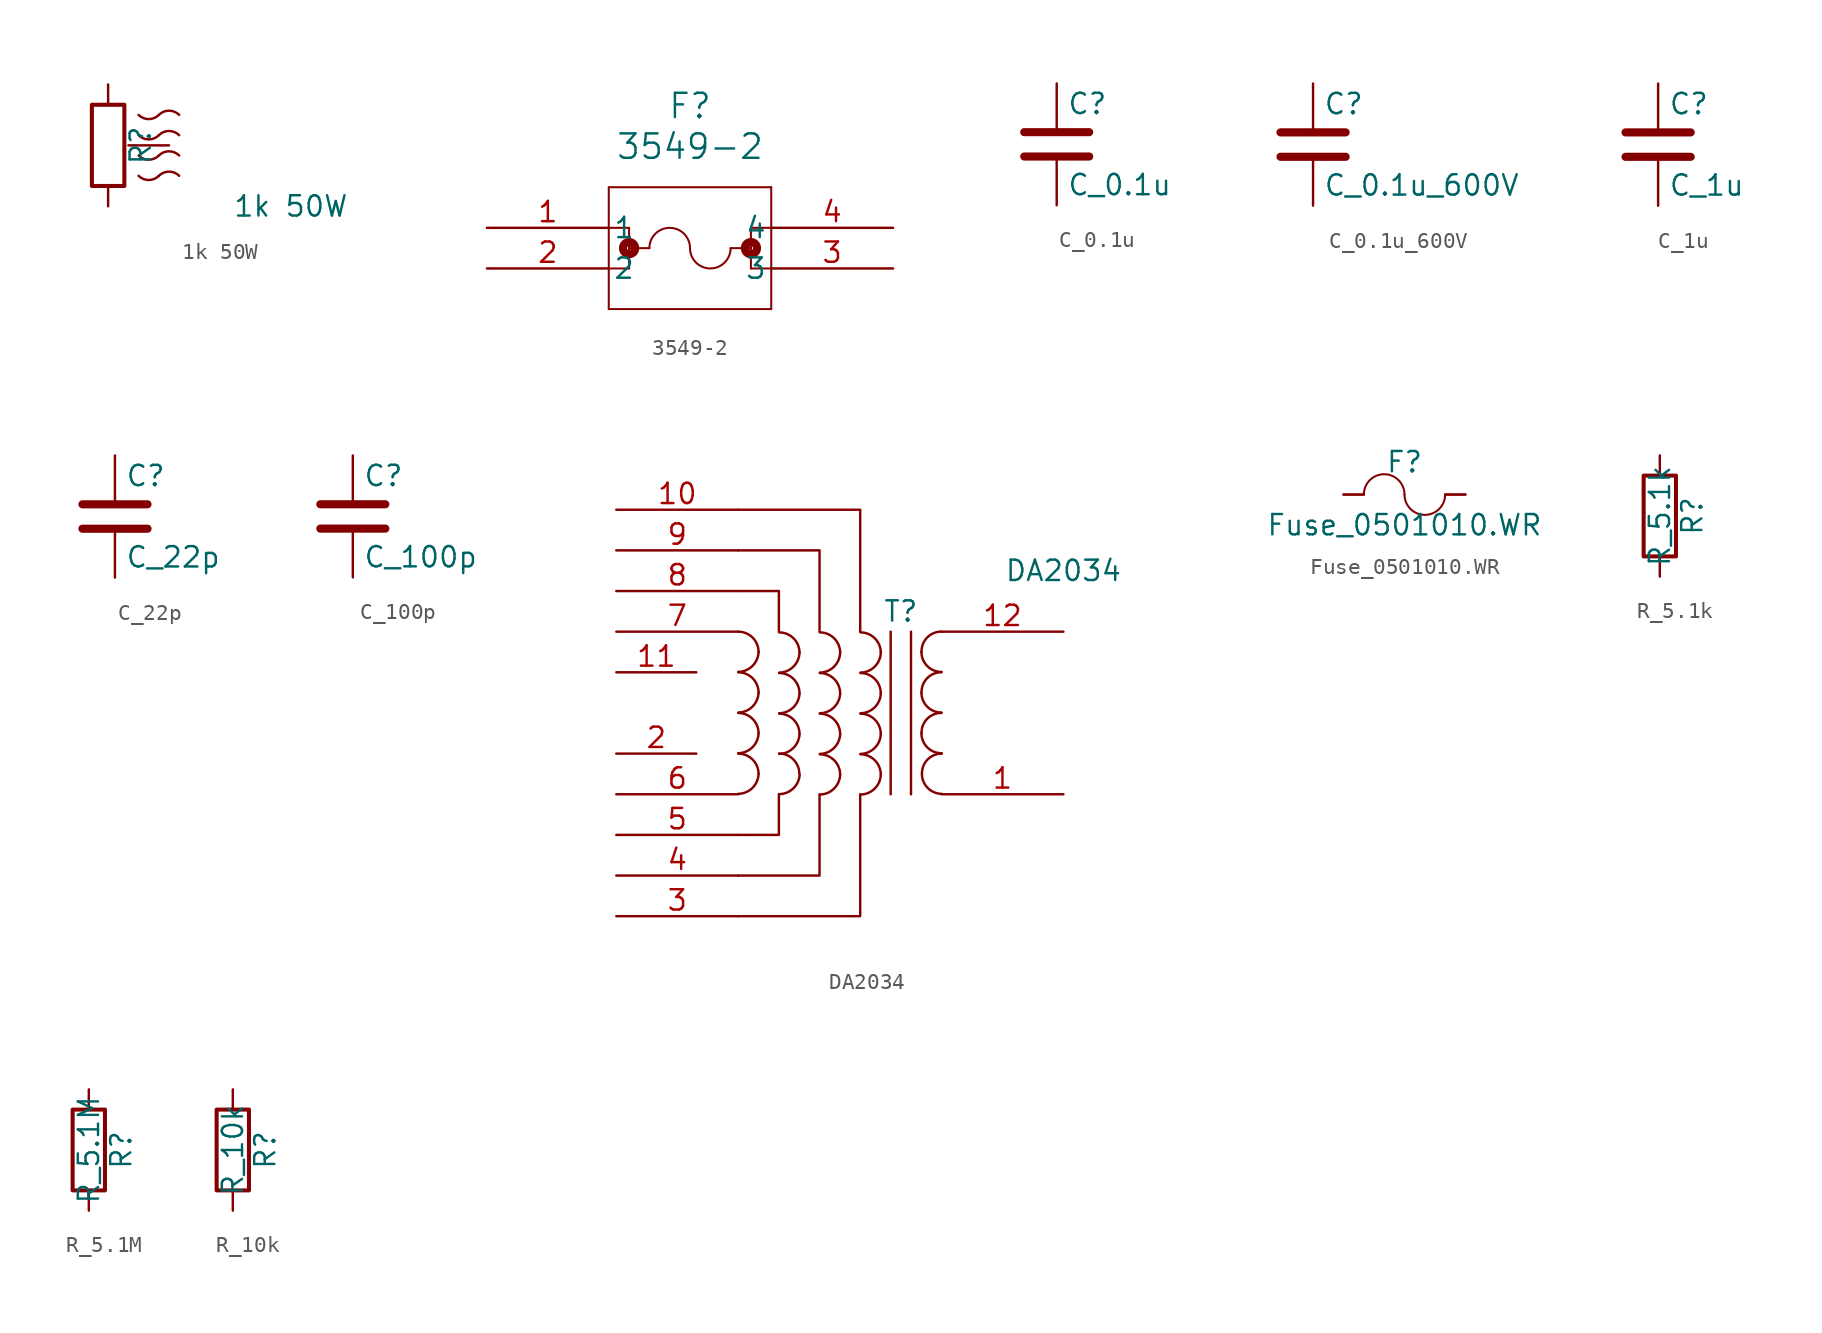
<source format=kicad_sym>
(kicad_symbol_lib
  (version 20231120)
  (generator "kicad_symbol_editor")
  (generator_version "8.0")
  (symbol "1k 50W"
    (pin_numbers hide)
    (pin_names
      (offset 0))
    (property "Reference" "R"
      (at 2.032 0 90)
      (effects (font (size 1.27 1.27))))
    (property "Value" "1k 50W"
      (at 11.43 -3.81 0)
      (effects (font (size 1.27 1.27))))
    (symbol "1k 50W_0_1"
      (rectangle (start -1.016 2.54) (end 1.016 -2.54) (stroke (width 0.254) (type default)) (fill (type none)))
      (arc (start 1.905 -1.9051) (mid 2.54 -2.1681) (end 3.175 -1.9051) (stroke (width 0) (type default)) (fill (type none)))
      (arc (start 1.905 -0.6351) (mid 2.54 -0.8981) (end 3.175 -0.6351) (stroke (width 0) (type default)) (fill (type none)))
      (arc (start 1.905 0.6349) (mid 2.54 0.3719) (end 3.175 0.6349) (stroke (width 0) (type default)) (fill (type none)))
      (arc (start 1.905 1.905) (mid 2.54 1.642) (end 3.175 1.905) (stroke (width 0) (type default)) (fill (type none)))
      (arc (start 4.445 -1.905) (mid 3.81 -1.642) (end 3.175 -1.905) (stroke (width 0) (type default)) (fill (type none)))
      (arc (start 4.445 -0.635) (mid 3.81 -0.372) (end 3.175 -0.635) (stroke (width 0) (type default)) (fill (type none)))
      (arc (start 4.445 0.635) (mid 3.81 0.898) (end 3.175 0.635) (stroke (width 0) (type default)) (fill (type none)))
      (arc (start 4.445 1.9051) (mid 3.81 2.1681) (end 3.175 1.9051) (stroke (width 0) (type default)) (fill (type none))))
    (symbol "1k 50W_1_1"
      (pin passive line (at 0 3.81 270) (length 1.27) (name "~" (effects (font (size 1.27 1.27)))) (number "1" (effects (font (size 1.27 1.27)))))
      (pin passive line (at 3.81 0 180) (length 2.54) (name "~" (effects (font (size 1.27 1.27)))) (number "2" (effects (font (size 1.27 1.27)))))
      (pin passive line (at 0 -3.81 90) (length 1.27) (name "~" (effects (font (size 1.27 1.27)))) (number "3" (effects (font (size 1.27 1.27)))))))
  (symbol "3549-2"
    (pin_names
      (offset 0.254))
    (property "Reference" "F"
      (at 12.7 7.62 0)
      (effects (font (size 1.524 1.524))))
    (property "Value" "3549-2"
      (at 12.7 5.08 0)
      (effects (font (size 1.524 1.524))))
    (property "ki_locked" ""
      (at 0 0 0)
      (effects (font (size 1.27 1.27))))
    (symbol "3549-2_0_1"
      (polyline (pts (xy 7.62 -5.08) (xy 17.78 -5.08)) (stroke (width 0.127) (type default)) (fill (type none)))
      (polyline (pts (xy 7.62 0) (xy 8.89 0)) (stroke (width 0.127) (type default)) (fill (type none)))
      (polyline (pts (xy 7.62 2.54) (xy 7.62 -5.08)) (stroke (width 0.127) (type default)) (fill (type none)))
      (polyline (pts (xy 8.89 -2.54) (xy 7.62 -2.54)) (stroke (width 0.127) (type default)) (fill (type none)))
      (polyline (pts (xy 8.89 -1.27) (xy 10.16 -1.27)) (stroke (width 0.127) (type default)) (fill (type none)))
      (polyline (pts (xy 8.89 0) (xy 8.89 -2.54)) (stroke (width 0.127) (type default)) (fill (type none)))
      (polyline (pts (xy 15.24 -1.27) (xy 16.51 -1.27)) (stroke (width 0.127) (type default)) (fill (type none)))
      (polyline (pts (xy 16.51 -2.54) (xy 17.78 -2.54)) (stroke (width 0.127) (type default)) (fill (type none)))
      (polyline (pts (xy 16.51 0) (xy 16.51 -2.54)) (stroke (width 0.127) (type default)) (fill (type none)))
      (polyline (pts (xy 16.51 0) (xy 17.78 0)) (stroke (width 0.127) (type default)) (fill (type none)))
      (polyline (pts (xy 17.78 -5.08) (xy 17.78 2.54)) (stroke (width 0.127) (type default)) (fill (type none)))
      (polyline (pts (xy 17.78 2.54) (xy 7.62 2.54)) (stroke (width 0.127) (type default)) (fill (type none)))
      (circle (center 8.89 -1.27) (radius 0.127) (stroke (width 0.508) (type default)) (fill (type none)))
      (arc (start 12.7 -1.27) (mid 11.43 -0.0055) (end 10.16 -1.27) (stroke (width 0.127) (type default)) (fill (type none)))
      (arc (start 12.7 -1.27) (mid 13.97 -2.5345) (end 15.24 -1.27) (stroke (width 0.127) (type default)) (fill (type none)))
      (circle (center 16.51 -1.27) (radius 0.127) (stroke (width 0.508) (type default)) (fill (type none)))
      (pin unspecified line (at 0 0 0) (length 7.62) (name "1" (effects (font (size 1.27 1.27)))) (number "1" (effects (font (size 1.27 1.27)))))
      (pin unspecified line (at 0 -2.54 0) (length 7.62) (name "2" (effects (font (size 1.27 1.27)))) (number "2" (effects (font (size 1.27 1.27)))))
      (pin unspecified line (at 25.4 -2.54 180) (length 7.62) (name "3" (effects (font (size 1.27 1.27)))) (number "3" (effects (font (size 1.27 1.27)))))
      (pin unspecified line (at 25.4 0 180) (length 7.62) (name "4" (effects (font (size 1.27 1.27)))) (number "4" (effects (font (size 1.27 1.27)))))))
  (symbol "C_0.1u"
    (pin_numbers hide)
    (pin_names
      (offset 0.254))
    (property "Reference" "C"
      (at 0.635 2.54 0)
      (effects (font (size 1.27 1.27)) (justify left)))
    (property "Value" "C_0.1u"
      (at 0.635 -2.54 0)
      (effects (font (size 1.27 1.27)) (justify left)))
    (symbol "C_0.1u_0_1"
      (polyline (pts (xy -2.032 -0.762) (xy 2.032 -0.762)) (stroke (width 0.508) (type default)) (fill (type none)))
      (polyline (pts (xy -2.032 0.762) (xy 2.032 0.762)) (stroke (width 0.508) (type default)) (fill (type none))))
    (symbol "C_0.1u_1_1"
      (pin passive line (at 0 3.81 270) (length 2.794) (name "~" (effects (font (size 1.27 1.27)))) (number "1" (effects (font (size 1.27 1.27)))))
      (pin passive line (at 0 -3.81 90) (length 2.794) (name "~" (effects (font (size 1.27 1.27)))) (number "2" (effects (font (size 1.27 1.27)))))))
  (symbol "C_0.1u_600V"
    (pin_numbers hide)
    (pin_names
      (offset 0.254))
    (property "Reference" "C"
      (at 0.635 2.54 0)
      (effects (font (size 1.27 1.27)) (justify left)))
    (property "Value" "C_0.1u_600V"
      (at 0.635 -2.54 0)
      (effects (font (size 1.27 1.27)) (justify left)))
    (symbol "C_0.1u_600V_0_1"
      (polyline (pts (xy -2.032 -0.762) (xy 2.032 -0.762)) (stroke (width 0.508) (type default)) (fill (type none)))
      (polyline (pts (xy -2.032 0.762) (xy 2.032 0.762)) (stroke (width 0.508) (type default)) (fill (type none))))
    (symbol "C_0.1u_600V_1_1"
      (pin passive line (at 0 3.81 270) (length 2.794) (name "~" (effects (font (size 1.27 1.27)))) (number "1" (effects (font (size 1.27 1.27)))))
      (pin passive line (at 0 -3.81 90) (length 2.794) (name "~" (effects (font (size 1.27 1.27)))) (number "2" (effects (font (size 1.27 1.27)))))))
  (symbol "C_1u"
    (pin_numbers hide)
    (pin_names
      (offset 0.254))
    (property "Reference" "C"
      (at 0.635 2.54 0)
      (effects (font (size 1.27 1.27)) (justify left)))
    (property "Value" "C_1u"
      (at 0.635 -2.54 0)
      (effects (font (size 1.27 1.27)) (justify left)))
    (symbol "C_1u_0_1"
      (polyline (pts (xy -2.032 -0.762) (xy 2.032 -0.762)) (stroke (width 0.508) (type default)) (fill (type none)))
      (polyline (pts (xy -2.032 0.762) (xy 2.032 0.762)) (stroke (width 0.508) (type default)) (fill (type none))))
    (symbol "C_1u_1_1"
      (pin passive line (at 0 3.81 270) (length 2.794) (name "~" (effects (font (size 1.27 1.27)))) (number "1" (effects (font (size 1.27 1.27)))))
      (pin passive line (at 0 -3.81 90) (length 2.794) (name "~" (effects (font (size 1.27 1.27)))) (number "2" (effects (font (size 1.27 1.27)))))))
  (symbol "C_22p"
    (pin_numbers hide)
    (pin_names
      (offset 0.254))
    (property "Reference" "C"
      (at 0.635 2.54 0)
      (effects (font (size 1.27 1.27)) (justify left)))
    (property "Value" "C_22p"
      (at 0.635 -2.54 0)
      (effects (font (size 1.27 1.27)) (justify left)))
    (symbol "C_22p_0_1"
      (polyline (pts (xy -2.032 -0.762) (xy 2.032 -0.762)) (stroke (width 0.508) (type default)) (fill (type none)))
      (polyline (pts (xy -2.032 0.762) (xy 2.032 0.762)) (stroke (width 0.508) (type default)) (fill (type none))))
    (symbol "C_22p_1_1"
      (pin passive line (at 0 3.81 270) (length 2.794) (name "~" (effects (font (size 1.27 1.27)))) (number "1" (effects (font (size 1.27 1.27)))))
      (pin passive line (at 0 -3.81 90) (length 2.794) (name "~" (effects (font (size 1.27 1.27)))) (number "2" (effects (font (size 1.27 1.27)))))))
  (symbol "C_100p"
    (pin_numbers hide)
    (pin_names
      (offset 0.254))
    (property "Reference" "C"
      (at 0.635 2.54 0)
      (effects (font (size 1.27 1.27)) (justify left)))
    (property "Value" "C_100p"
      (at 0.635 -2.54 0)
      (effects (font (size 1.27 1.27)) (justify left)))
    (symbol "C_100p_0_1"
      (polyline (pts (xy -2.032 -0.762) (xy 2.032 -0.762)) (stroke (width 0.508) (type default)) (fill (type none)))
      (polyline (pts (xy -2.032 0.762) (xy 2.032 0.762)) (stroke (width 0.508) (type default)) (fill (type none))))
    (symbol "C_100p_1_1"
      (pin passive line (at 0 3.81 270) (length 2.794) (name "~" (effects (font (size 1.27 1.27)))) (number "1" (effects (font (size 1.27 1.27)))))
      (pin passive line (at 0 -3.81 90) (length 2.794) (name "~" (effects (font (size 1.27 1.27)))) (number "2" (effects (font (size 1.27 1.27)))))))
  (symbol "DA2034"
    (pin_names
      (offset 1.016) hide)
    (property "Reference" "T"
      (at 0 6.35 0)
      (effects (font (size 1.27 1.27))))
    (property "Value" "DA2034"
      (at 10.16 8.89 0)
      (effects (font (size 1.27 1.27))))
    (symbol "DA2034_0_1"
      (arc (start -10.16 -5.0546) (mid -9.2761 -4.6863) (end -8.89 -3.81) (stroke (width 0) (type default)) (fill (type none)))
      (arc (start -10.16 -2.5146) (mid -9.2761 -2.1463) (end -8.89 -1.27) (stroke (width 0) (type default)) (fill (type none)))
      (arc (start -10.16 0.0254) (mid -9.2761 0.3937) (end -8.89 1.27) (stroke (width 0) (type default)) (fill (type none)))
      (arc (start -10.16 2.5654) (mid -9.2761 2.9337) (end -8.89 3.81) (stroke (width 0) (type default)) (fill (type none)))
      (arc (start -8.89 -3.81) (mid -9.262 -2.912) (end -10.16 -2.54) (stroke (width 0) (type default)) (fill (type none)))
      (arc (start -8.89 -1.27) (mid -9.262 -0.372) (end -10.16 0) (stroke (width 0) (type default)) (fill (type none)))
      (arc (start -8.89 1.27) (mid -9.262 2.168) (end -10.16 2.54) (stroke (width 0) (type default)) (fill (type none)))
      (arc (start -8.89 3.81) (mid -9.262 4.708) (end -10.16 5.08) (stroke (width 0) (type default)) (fill (type none)))
      (arc (start -7.6116 -5.0716) (mid -6.7226 -4.7162) (end -6.3233 -3.8459) (stroke (width 0) (type default)) (fill (type none)))
      (arc (start -7.6017 -2.5589) (mid -6.7178 -2.1906) (end -6.3317 -1.3143) (stroke (width 0) (type default)) (fill (type none)))
      (arc (start -7.6017 -0.0189) (mid -6.7178 0.3494) (end -6.3317 1.2257) (stroke (width 0) (type default)) (fill (type none)))
      (arc (start -7.6017 2.5211) (mid -6.7178 2.8894) (end -6.3317 3.7657) (stroke (width 0) (type default)) (fill (type none)))
      (arc (start -6.3416 -3.8016) (mid -6.716 -2.906) (end -7.6116 -2.5316) (stroke (width 0) (type default)) (fill (type none)))
      (arc (start -6.3317 -1.3143) (mid -6.7037 -0.4163) (end -7.6017 -0.0443) (stroke (width 0) (type default)) (fill (type none)))
      (arc (start -6.3317 1.2257) (mid -6.7037 2.1237) (end -7.6017 2.4957) (stroke (width 0) (type default)) (fill (type none)))
      (arc (start -6.3317 3.7657) (mid -6.7037 4.6637) (end -7.6017 5.0357) (stroke (width 0) (type default)) (fill (type none)))
      (arc (start -5.0617 -5.0989) (mid -4.1778 -4.7306) (end -3.7917 -3.8543) (stroke (width 0) (type default)) (fill (type none)))
      (arc (start -5.0617 -2.5589) (mid -4.1778 -2.1906) (end -3.7917 -1.3143) (stroke (width 0) (type default)) (fill (type none)))
      (arc (start -5.0617 -0.0189) (mid -4.1778 0.3494) (end -3.7917 1.2257) (stroke (width 0) (type default)) (fill (type none)))
      (arc (start -5.0617 2.5211) (mid -4.1778 2.8894) (end -3.7917 3.7657) (stroke (width 0) (type default)) (fill (type none)))
      (arc (start -3.7917 -3.8543) (mid -4.1637 -2.9563) (end -5.0617 -2.5843) (stroke (width 0) (type default)) (fill (type none)))
      (arc (start -3.7917 -1.3143) (mid -4.1637 -0.4163) (end -5.0617 -0.0443) (stroke (width 0) (type default)) (fill (type none)))
      (arc (start -3.7917 1.2257) (mid -4.1637 2.1237) (end -5.0617 2.4957) (stroke (width 0) (type default)) (fill (type none)))
      (arc (start -3.7917 3.7657) (mid -4.1637 4.6637) (end -5.0617 5.0357) (stroke (width 0) (type default)) (fill (type none)))
      (arc (start -2.5217 -5.0989) (mid -1.6378 -4.7306) (end -1.2517 -3.8543) (stroke (width 0) (type default)) (fill (type none)))
      (arc (start -2.5217 -2.5589) (mid -1.6378 -2.1906) (end -1.2517 -1.3143) (stroke (width 0) (type default)) (fill (type none)))
      (arc (start -2.5217 -0.0189) (mid -1.6378 0.3494) (end -1.2517 1.2257) (stroke (width 0) (type default)) (fill (type none)))
      (arc (start -2.5217 2.5211) (mid -1.6378 2.8894) (end -1.2517 3.7657) (stroke (width 0) (type default)) (fill (type none)))
      (arc (start -1.2517 -3.8543) (mid -1.6237 -2.9563) (end -2.5217 -2.5843) (stroke (width 0) (type default)) (fill (type none)))
      (arc (start -1.2517 -1.3143) (mid -1.6237 -0.4163) (end -2.5217 -0.0443) (stroke (width 0) (type default)) (fill (type none)))
      (arc (start -1.2517 1.2257) (mid -1.6237 2.1237) (end -2.5217 2.4957) (stroke (width 0) (type default)) (fill (type none)))
      (arc (start -1.2517 3.7657) (mid -1.6237 4.6637) (end -2.5217 5.0357) (stroke (width 0) (type default)) (fill (type none)))
      (polyline (pts (xy -0.635 5.08) (xy -0.635 -5.08)) (stroke (width 0) (type default)) (fill (type none)))
      (polyline (pts (xy 0.635 -5.08) (xy 0.635 5.08)) (stroke (width 0) (type default)) (fill (type none)))
      (polyline (pts (xy -10.16 -12.7) (xy -2.54 -12.7) (xy -2.54 -5.08)) (stroke (width 0) (type default)) (fill (type none)))
      (polyline (pts (xy -10.16 -7.62) (xy -7.62 -7.62) (xy -7.62 -5.08)) (stroke (width 0) (type default)) (fill (type none)))
      (polyline (pts (xy -10.16 7.62) (xy -7.62 7.62) (xy -7.62 5.08)) (stroke (width 0) (type default)) (fill (type none)))
      (polyline (pts (xy -10.16 12.7) (xy -2.54 12.7) (xy -2.54 5.08)) (stroke (width 0) (type default)) (fill (type none)))
      (polyline (pts (xy -5.08 -5.08) (xy -5.08 -10.16) (xy -10.16 -10.16)) (stroke (width 0) (type default)) (fill (type none)))
      (polyline (pts (xy -5.08 5.08) (xy -5.08 10.16) (xy -10.16 10.16)) (stroke (width 0) (type default)) (fill (type none)))
      (arc (start 1.2954 -1.27) (mid 1.6599 -2.1501) (end 2.54 -2.5146) (stroke (width 0) (type default)) (fill (type none)))
      (arc (start 1.2954 1.27) (mid 1.6599 0.3899) (end 2.54 0.0254) (stroke (width 0) (type default)) (fill (type none)))
      (arc (start 1.2954 3.81) (mid 1.6599 2.9299) (end 2.54 2.5654) (stroke (width 0) (type default)) (fill (type none)))
      (arc (start 1.3208 -3.81) (mid 1.6853 -4.6901) (end 2.5654 -5.0546) (stroke (width 0) (type default)) (fill (type none)))
      (arc (start 2.54 0) (mid 1.642 -0.372) (end 1.2954 -1.27) (stroke (width 0) (type default)) (fill (type none)))
      (arc (start 2.54 2.54) (mid 1.642 2.168) (end 1.2954 1.27) (stroke (width 0) (type default)) (fill (type none)))
      (arc (start 2.54 5.08) (mid 1.642 4.708) (end 1.2954 3.81) (stroke (width 0) (type default)) (fill (type none)))
      (arc (start 2.5654 -2.54) (mid 1.6674 -2.912) (end 1.3208 -3.81) (stroke (width 0) (type default)) (fill (type none))))
    (symbol "DA2034_1_1"
      (pin passive line (at 10.16 -5.08 180) (length 7.62) (name "SB" (effects (font (size 1.27 1.27)))) (number "1" (effects (font (size 1.27 1.27)))))
      (pin passive line (at -17.78 12.7 0) (length 7.62) (name "AA" (effects (font (size 1.27 1.27)))) (number "10" (effects (font (size 1.27 1.27)))))
      (pin passive line (at -17.78 2.54 0) (length 5) (name "AA" (effects (font (size 1.27 1.27)))) (number "11" (effects (font (size 1.27 1.27)))))
      (pin passive line (at 10.16 5.08 180) (length 7.62) (name "SB" (effects (font (size 1.27 1.27)))) (number "12" (effects (font (size 1.27 1.27)))))
      (pin passive line (at -17.78 -2.54 0) (length 5) (name "AA" (effects (font (size 1.27 1.27)))) (number "2" (effects (font (size 1.27 1.27)))))
      (pin passive line (at -17.78 -12.7 0) (length 7.62) (name "AB" (effects (font (size 1.27 1.27)))) (number "3" (effects (font (size 1.27 1.27)))))
      (pin passive line (at -17.78 -10.16 0) (length 7.62) (name "AB" (effects (font (size 1.27 1.27)))) (number "4" (effects (font (size 1.27 1.27)))))
      (pin passive line (at -17.78 -7.62 0) (length 7.62) (name "AB" (effects (font (size 1.27 1.27)))) (number "5" (effects (font (size 1.27 1.27)))))
      (pin passive line (at -17.78 -5.08 0) (length 7.62) (name "AA" (effects (font (size 1.27 1.27)))) (number "6" (effects (font (size 1.27 1.27)))))
      (pin passive line (at -17.78 5.08 0) (length 7.62) (name "AA" (effects (font (size 1.27 1.27)))) (number "7" (effects (font (size 1.27 1.27)))))
      (pin passive line (at -17.78 7.62 0) (length 7.62) (name "AA" (effects (font (size 1.27 1.27)))) (number "8" (effects (font (size 1.27 1.27)))))
      (pin passive line (at -17.78 10.16 0) (length 7.62) (name "AA" (effects (font (size 1.27 1.27)))) (number "9" (effects (font (size 1.27 1.27)))))))
  (symbol "Fuse_0501010.WR"
    (pin_numbers hide)
    (pin_names
      (offset 0))
    (property "Reference" "F"
      (at 0 2.032 0)
      (effects (font (size 1.27 1.27))))
    (property "Value" "Fuse_0501010.WR"
      (at 0 -1.905 0)
      (effects (font (size 1.27 1.27))))
    (symbol "Fuse_0501010.WR_0_1"
      (arc (start 0 0) (mid -1.27 1.2645) (end -2.54 0) (stroke (width 0.127) (type default)) (fill (type none)))
      (polyline (pts (xy -3.81 0) (xy -2.54 0)) (stroke (width 0.127) (type default)) (fill (type none)))
      (polyline (pts (xy 2.54 0) (xy 3.81 0)) (stroke (width 0.127) (type default)) (fill (type none)))
      (arc (start 0 0) (mid 1.27 -1.2645) (end 2.54 0) (stroke (width 0.127) (type default)) (fill (type none))))
    (symbol "Fuse_0501010.WR_1_1"
      (pin passive line (at -3.81 0 0) (length 1.27) (name "~" (effects (font (size 1.27 1.27)))) (number "1" (effects (font (size 1.27 1.27)))))
      (pin passive line (at 3.81 0 180) (length 1.27) (name "~" (effects (font (size 1.27 1.27)))) (number "2" (effects (font (size 1.27 1.27)))))))
  (symbol "R_5.1k"
    (pin_numbers hide)
    (pin_names
      (offset 0))
    (property "Reference" "R"
      (at 2.032 0 90)
      (effects (font (size 1.27 1.27))))
    (property "Value" "R_5.1k"
      (at 0 0 90)
      (effects (font (size 1.27 1.27))))
    (symbol "R_5.1k_0_1"
      (rectangle (start -1.016 -2.54) (end 1.016 2.54) (stroke (width 0.254) (type default)) (fill (type none))))
    (symbol "R_5.1k_1_1"
      (pin passive line (at 0 3.81 270) (length 1.27) (name "~" (effects (font (size 1.27 1.27)))) (number "1" (effects (font (size 1.27 1.27)))))
      (pin passive line (at 0 -3.81 90) (length 1.27) (name "~" (effects (font (size 1.27 1.27)))) (number "2" (effects (font (size 1.27 1.27)))))))
  (symbol "R_5.1M"
    (pin_numbers hide)
    (pin_names
      (offset 0))
    (property "Reference" "R"
      (at 2.032 0 90)
      (effects (font (size 1.27 1.27))))
    (property "Value" "R_5.1M"
      (at 0 0 90)
      (effects (font (size 1.27 1.27))))
    (symbol "R_5.1M_0_1"
      (rectangle (start -1.016 -2.54) (end 1.016 2.54) (stroke (width 0.254) (type default)) (fill (type none))))
    (symbol "R_5.1M_1_1"
      (pin passive line (at 0 3.81 270) (length 1.27) (name "~" (effects (font (size 1.27 1.27)))) (number "1" (effects (font (size 1.27 1.27)))))
      (pin passive line (at 0 -3.81 90) (length 1.27) (name "~" (effects (font (size 1.27 1.27)))) (number "2" (effects (font (size 1.27 1.27)))))))
  (symbol "R_10k"
    (pin_numbers hide)
    (pin_names
      (offset 0))
    (property "Reference" "R"
      (at 2.032 0 90)
      (effects (font (size 1.27 1.27))))
    (property "Value" "R_10k"
      (at 0 0 90)
      (effects (font (size 1.27 1.27))))
    (symbol "R_10k_0_1"
      (rectangle (start -1.016 -2.54) (end 1.016 2.54) (stroke (width 0.254) (type default)) (fill (type none))))
    (symbol "R_10k_1_1"
      (pin passive line (at 0 3.81 270) (length 1.27) (name "~" (effects (font (size 1.27 1.27)))) (number "1" (effects (font (size 1.27 1.27)))))
      (pin passive line (at 0 -3.81 90) (length 1.27) (name "~" (effects (font (size 1.27 1.27)))) (number "2" (effects (font (size 1.27 1.27))))))))
</source>
